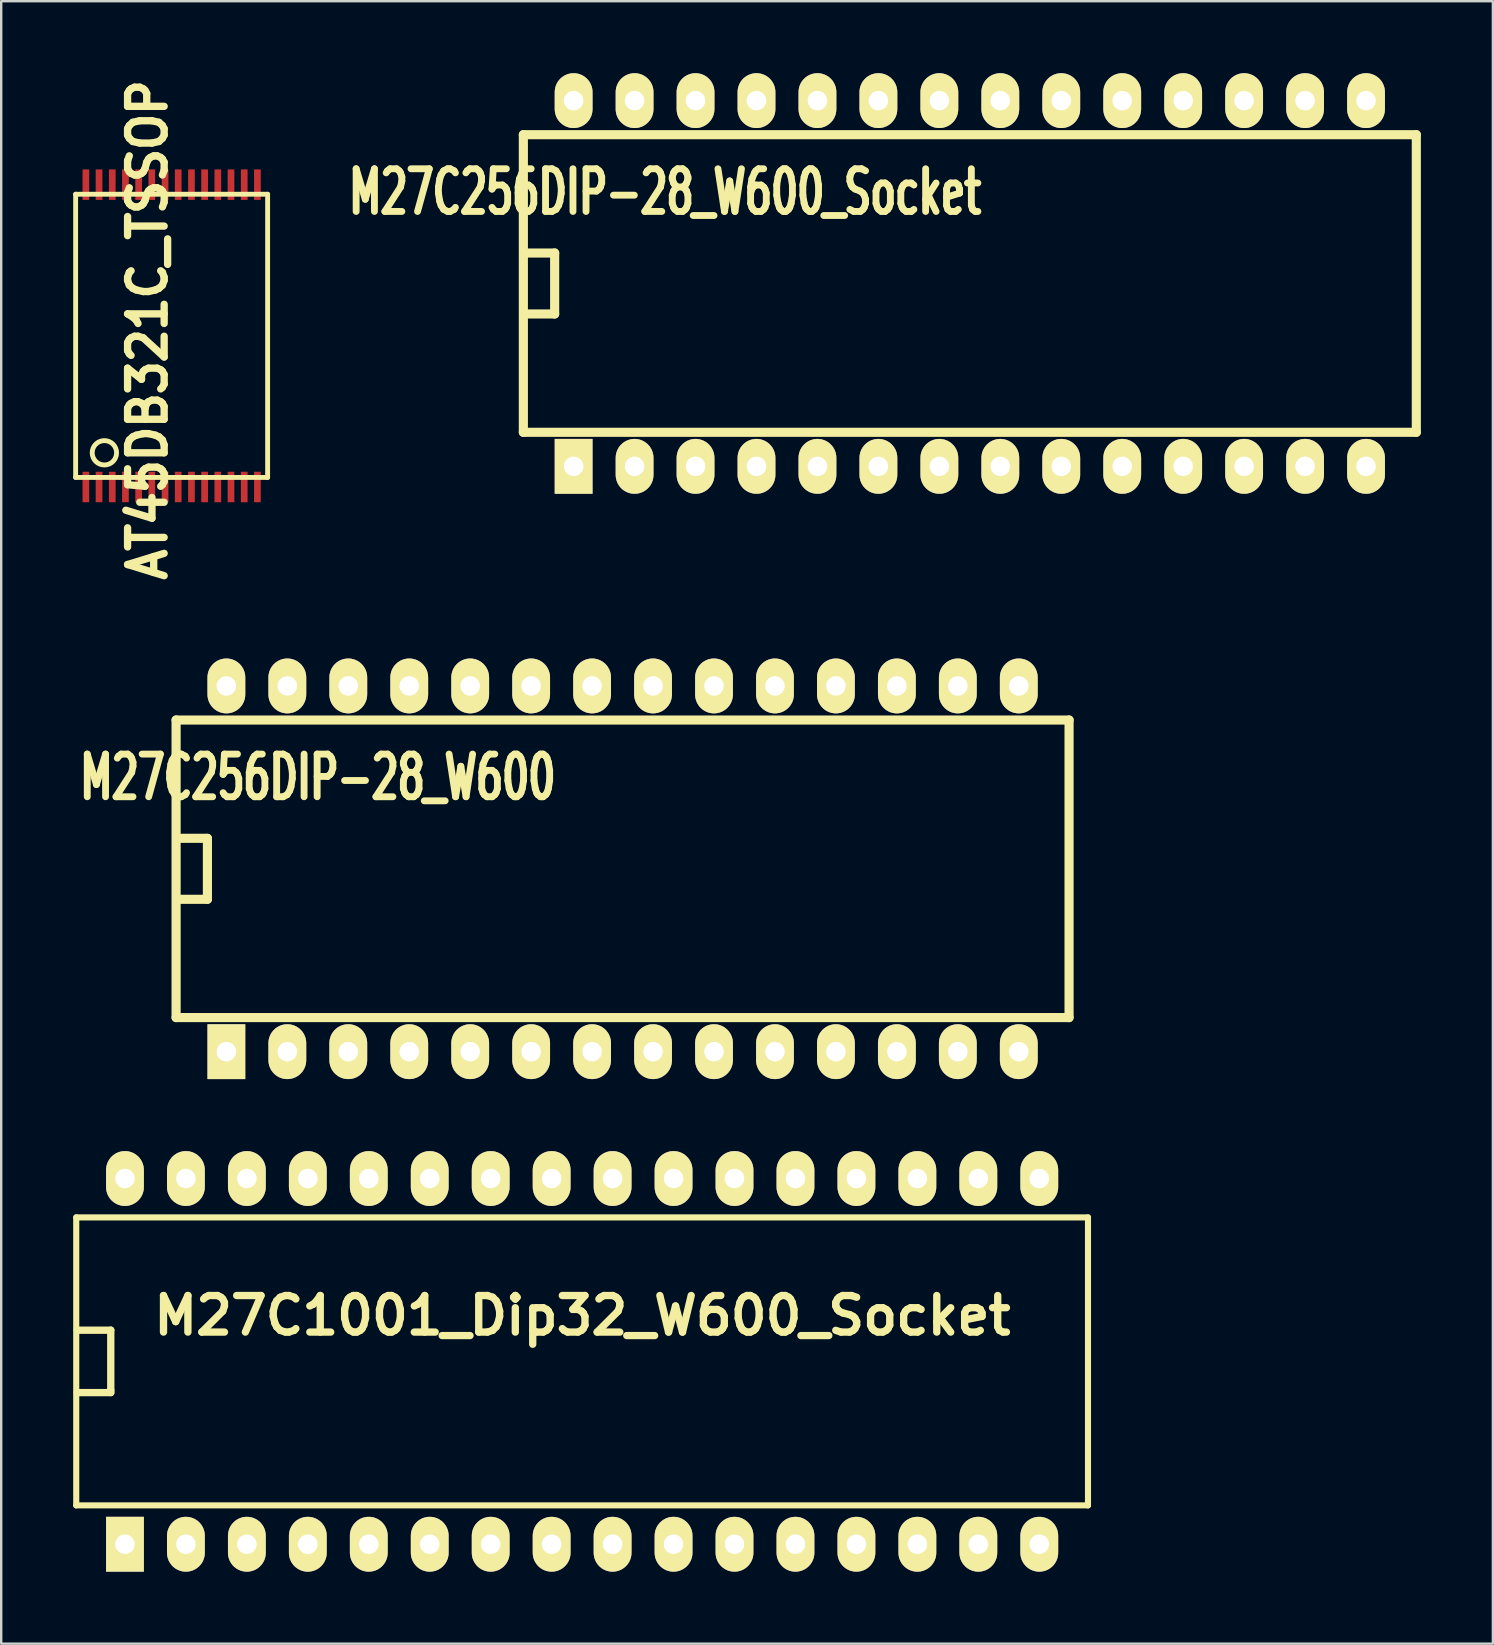
<source format=kicad_pcb>
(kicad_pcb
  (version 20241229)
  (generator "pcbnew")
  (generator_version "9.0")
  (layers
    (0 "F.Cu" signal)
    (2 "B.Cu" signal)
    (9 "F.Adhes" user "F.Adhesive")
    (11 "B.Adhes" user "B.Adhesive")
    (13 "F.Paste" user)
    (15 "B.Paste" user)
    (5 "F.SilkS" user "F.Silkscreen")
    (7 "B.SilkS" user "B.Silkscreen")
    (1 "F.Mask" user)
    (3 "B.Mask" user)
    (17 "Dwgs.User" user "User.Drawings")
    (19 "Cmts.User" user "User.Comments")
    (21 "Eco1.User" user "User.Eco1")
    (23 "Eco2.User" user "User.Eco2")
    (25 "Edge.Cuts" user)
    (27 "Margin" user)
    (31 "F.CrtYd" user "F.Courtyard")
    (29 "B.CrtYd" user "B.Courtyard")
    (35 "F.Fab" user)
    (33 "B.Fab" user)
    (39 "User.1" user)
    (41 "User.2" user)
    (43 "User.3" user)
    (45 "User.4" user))
  (footprint "AT45DB321C_TSSOP"
    (layer "F.Cu")
    (at 4.102 10.944)
    (property "Reference" "AT45DB321C_TSSOP" (at -1.001 -0.249 90) (layer "F.SilkS") (effects (font (size 1.524 1.397) (thickness 0.305))))
    (attr smd)
    (fp_line (start -4 -5.9) (end -4 5.9) (stroke (width 0.203) (type solid)) (layer "F.SilkS"))
    (fp_line (start -4 5.9) (end 4 5.9) (stroke (width 0.203) (type solid)) (layer "F.SilkS"))
    (fp_line (start 4 -5.9) (end -4 -5.9) (stroke (width 0.203) (type solid)) (layer "F.SilkS"))
    (fp_line (start 4 5.9) (end 4 -5.9) (stroke (width 0.203) (type solid)) (layer "F.SilkS"))
    (fp_circle (center -2.802 4.874) (end -2.802 5.382) (stroke (width 0.203) (type solid)) (fill no) (layer "F.SilkS"))
    (pad "1" smd rect (at -3.574 6.299) (size 0.279 1.27) (layers "F.Cu" "F.Mask" "F.Paste"))
    (pad "2" smd rect (at -3.025 6.299) (size 0.279 1.27) (layers "F.Cu" "F.Mask" "F.Paste"))
    (pad "3" smd rect (at -2.474 6.299) (size 0.279 1.27) (layers "F.Cu" "F.Mask" "F.Paste"))
    (pad "4" smd rect (at -1.925 6.299) (size 0.279 1.27) (layers "F.Cu" "F.Mask" "F.Paste"))
    (pad "5" smd rect (at -1.374 6.299) (size 0.279 1.27) (layers "F.Cu" "F.Mask" "F.Paste"))
    (pad "6" smd rect (at -0.826 6.299) (size 0.279 1.27) (layers "F.Cu" "F.Mask" "F.Paste"))
    (pad "7" smd rect (at -0.274 6.299) (size 0.279 1.27) (layers "F.Cu" "F.Mask" "F.Paste"))
    (pad "8" smd rect (at 0.274 6.299) (size 0.279 1.27) (layers "F.Cu" "F.Mask" "F.Paste"))
    (pad "9" smd rect (at 0.826 6.299) (size 0.279 1.27) (layers "F.Cu" "F.Mask" "F.Paste"))
    (pad "10" smd rect (at 1.374 6.299) (size 0.279 1.27) (layers "F.Cu" "F.Mask" "F.Paste"))
    (pad "11" smd rect (at 1.925 6.299) (size 0.279 1.27) (layers "F.Cu" "F.Mask" "F.Paste"))
    (pad "12" smd rect (at 2.474 6.299) (size 0.279 1.27) (layers "F.Cu" "F.Mask" "F.Paste"))
    (pad "13" smd rect (at 3.025 6.299) (size 0.279 1.27) (layers "F.Cu" "F.Mask" "F.Paste"))
    (pad "14" smd rect (at 3.574 6.299) (size 0.279 1.27) (layers "F.Cu" "F.Mask" "F.Paste"))
    (pad "15" smd rect (at 3.574 -6.299) (size 0.279 1.27) (layers "F.Cu" "F.Mask" "F.Paste"))
    (pad "16" smd rect (at 3.025 -6.299) (size 0.279 1.27) (layers "F.Cu" "F.Mask" "F.Paste"))
    (pad "17" smd rect (at 2.474 -6.299) (size 0.279 1.27) (layers "F.Cu" "F.Mask" "F.Paste"))
    (pad "18" smd rect (at 1.925 -6.299) (size 0.279 1.27) (layers "F.Cu" "F.Mask" "F.Paste"))
    (pad "19" smd rect (at 1.374 -6.299) (size 0.279 1.27) (layers "F.Cu" "F.Mask" "F.Paste"))
    (pad "20" smd rect (at 0.826 -6.299) (size 0.279 1.27) (layers "F.Cu" "F.Mask" "F.Paste"))
    (pad "21" smd rect (at 0.274 -6.299) (size 0.279 1.27) (layers "F.Cu" "F.Mask" "F.Paste"))
    (pad "22" smd rect (at -0.274 -6.299) (size 0.279 1.27) (layers "F.Cu" "F.Mask" "F.Paste"))
    (pad "23" smd rect (at -0.826 -6.299) (size 0.279 1.27) (layers "F.Cu" "F.Mask" "F.Paste"))
    (pad "24" smd rect (at -1.374 -6.299) (size 0.279 1.27) (layers "F.Cu" "F.Mask" "F.Paste"))
    (pad "25" smd rect (at -1.925 -6.299) (size 0.279 1.27) (layers "F.Cu" "F.Mask" "F.Paste"))
    (pad "26" smd rect (at -2.474 -6.299) (size 0.279 1.27) (layers "F.Cu" "F.Mask" "F.Paste"))
    (pad "27" smd rect (at -3.025 -6.299) (size 0.279 1.27) (layers "F.Cu" "F.Mask" "F.Paste"))
    (pad "28" smd rect (at -3.574 -6.299) (size 0.279 1.27) (layers "F.Cu" "F.Mask" "F.Paste")))
  (footprint "M27C1001_Dip32_W600_Socket"
    (layer "F.Cu")
    (at 21.207 53.679)
    (property "Reference" "M27C1001_Dip32_W600_Socket" (at 0.01 -1.91 0) (layer "F.SilkS") (effects (font (size 1.524 1.524) (thickness 0.305))))
    (attr through_hole)
    (fp_line (start -21.08 -6) (end -21.08 6) (stroke (width 0.254) (type solid)) (layer "F.SilkS"))
    (fp_line (start -21.08 6) (end 21.08 6) (stroke (width 0.254) (type solid)) (layer "F.SilkS"))
    (fp_line (start -21.041 -1.3) (end -19.641 -1.3) (stroke (width 0.305) (type solid)) (layer "F.SilkS"))
    (fp_line (start -19.641 -1.3) (end -19.641 1.199) (stroke (width 0.305) (type solid)) (layer "F.SilkS"))
    (fp_line (start -19.641 1.199) (end -19.641 1.3) (stroke (width 0.305) (type solid)) (layer "F.SilkS"))
    (fp_line (start -19.641 1.3) (end -21.041 1.3) (stroke (width 0.305) (type solid)) (layer "F.SilkS"))
    (fp_line (start 21.08 -6) (end -21.08 -6) (stroke (width 0.254) (type solid)) (layer "F.SilkS"))
    (fp_line (start 21.08 6) (end 21.08 -6) (stroke (width 0.254) (type solid)) (layer "F.SilkS"))
    (pad "1" thru_hole rect (at -19.05 7.62) (size 1.575 2.286) (drill 0.813) (layers "*.Cu" "*.Mask" "F.SilkS"))
    (pad "2" thru_hole oval (at -16.51 7.62) (size 1.575 2.286) (drill 0.813) (layers "*.Cu" "*.Mask" "F.SilkS"))
    (pad "3" thru_hole oval (at -13.97 7.62) (size 1.575 2.286) (drill 0.813) (layers "*.Cu" "*.Mask" "F.SilkS"))
    (pad "4" thru_hole oval (at -11.43 7.62) (size 1.575 2.286) (drill 0.813) (layers "*.Cu" "*.Mask" "F.SilkS"))
    (pad "5" thru_hole oval (at -8.89 7.62) (size 1.575 2.286) (drill 0.813) (layers "*.Cu" "*.Mask" "F.SilkS"))
    (pad "6" thru_hole oval (at -6.35 7.62) (size 1.575 2.286) (drill 0.813) (layers "*.Cu" "*.Mask" "F.SilkS"))
    (pad "7" thru_hole oval (at -3.81 7.62) (size 1.575 2.286) (drill 0.813) (layers "*.Cu" "*.Mask" "F.SilkS"))
    (pad "8" thru_hole oval (at -1.27 7.62) (size 1.575 2.286) (drill 0.813) (layers "*.Cu" "*.Mask" "F.SilkS"))
    (pad "9" thru_hole oval (at 1.27 7.62) (size 1.575 2.286) (drill 0.813) (layers "*.Cu" "*.Mask" "F.SilkS"))
    (pad "10" thru_hole oval (at 3.81 7.62) (size 1.575 2.286) (drill 0.813) (layers "*.Cu" "*.Mask" "F.SilkS"))
    (pad "11" thru_hole oval (at 6.35 7.62) (size 1.575 2.286) (drill 0.813) (layers "*.Cu" "*.Mask" "F.SilkS"))
    (pad "12" thru_hole oval (at 8.89 7.62) (size 1.575 2.286) (drill 0.813) (layers "*.Cu" "*.Mask" "F.SilkS"))
    (pad "13" thru_hole oval (at 11.43 7.62) (size 1.575 2.286) (drill 0.813) (layers "*.Cu" "*.Mask" "F.SilkS"))
    (pad "14" thru_hole oval (at 13.97 7.62) (size 1.575 2.286) (drill 0.813) (layers "*.Cu" "*.Mask" "F.SilkS"))
    (pad "15" thru_hole oval (at 16.51 7.62) (size 1.575 2.286) (drill 0.813) (layers "*.Cu" "*.Mask" "F.SilkS"))
    (pad "16" thru_hole oval (at 19.05 7.62) (size 1.575 2.286) (drill 0.813) (layers "*.Cu" "*.Mask" "F.SilkS"))
    (pad "17" thru_hole oval (at 19.05 -7.62) (size 1.575 2.286) (drill 0.813) (layers "*.Cu" "*.Mask" "F.SilkS"))
    (pad "18" thru_hole oval (at 16.51 -7.62) (size 1.575 2.286) (drill 0.813) (layers "*.Cu" "*.Mask" "F.SilkS"))
    (pad "19" thru_hole oval (at 13.97 -7.62) (size 1.575 2.286) (drill 0.813) (layers "*.Cu" "*.Mask" "F.SilkS"))
    (pad "20" thru_hole oval (at 11.43 -7.62) (size 1.575 2.286) (drill 0.813) (layers "*.Cu" "*.Mask" "F.SilkS"))
    (pad "21" thru_hole oval (at 8.89 -7.62) (size 1.575 2.286) (drill 0.813) (layers "*.Cu" "*.Mask" "F.SilkS"))
    (pad "22" thru_hole oval (at 6.35 -7.62) (size 1.575 2.286) (drill 0.813) (layers "*.Cu" "*.Mask" "F.SilkS"))
    (pad "23" thru_hole oval (at 3.81 -7.62) (size 1.575 2.286) (drill 0.813) (layers "*.Cu" "*.Mask" "F.SilkS"))
    (pad "24" thru_hole oval (at 1.27 -7.62) (size 1.575 2.286) (drill 0.813) (layers "*.Cu" "*.Mask" "F.SilkS"))
    (pad "25" thru_hole oval (at -1.27 -7.62) (size 1.575 2.286) (drill 0.813) (layers "*.Cu" "*.Mask" "F.SilkS"))
    (pad "26" thru_hole oval (at -3.81 -7.62) (size 1.575 2.286) (drill 0.813) (layers "*.Cu" "*.Mask" "F.SilkS"))
    (pad "27" thru_hole oval (at -6.35 -7.62) (size 1.575 2.286) (drill 0.813) (layers "*.Cu" "*.Mask" "F.SilkS"))
    (pad "28" thru_hole oval (at -8.89 -7.62) (size 1.575 2.286) (drill 0.813) (layers "*.Cu" "*.Mask" "F.SilkS"))
    (pad "29" thru_hole oval (at -11.43 -7.62) (size 1.575 2.286) (drill 0.813) (layers "*.Cu" "*.Mask" "F.SilkS"))
    (pad "30" thru_hole oval (at -13.97 -7.62) (size 1.575 2.286) (drill 0.813) (layers "*.Cu" "*.Mask" "F.SilkS"))
    (pad "31" thru_hole oval (at -16.51 -7.62) (size 1.575 2.286) (drill 0.813) (layers "*.Cu" "*.Mask" "F.SilkS"))
    (pad "32" thru_hole oval (at -19.05 -7.62) (size 1.575 2.286) (drill 0.813) (layers "*.Cu" "*.Mask" "F.SilkS")))
  (footprint "M27C256DIP-28_W600_Socket"
    (layer "F.Cu")
    (at 37.363 8.763)
    (property "Reference" "M27C256DIP-28_W600_Socket" (at -12.7 -3.81 0) (layer "F.SilkS") (effects (font (size 1.778 1.143) (thickness 0.305))))
    (attr through_hole)
    (fp_line (start -18.605 -6.2) (end -18.605 6.2) (stroke (width 0.381) (type solid)) (layer "F.SilkS"))
    (fp_line (start -18.605 6.2) (end 18.605 6.2) (stroke (width 0.381) (type solid)) (layer "F.SilkS"))
    (fp_line (start -18.57 -1.27) (end -18.57 -1.27) (stroke (width 0.381) (type solid)) (layer "F.SilkS"))
    (fp_line (start -18.57 -1.27) (end -17.3 -1.27) (stroke (width 0.381) (type solid)) (layer "F.SilkS"))
    (fp_line (start -17.3 -1.27) (end -17.3 1.27) (stroke (width 0.381) (type solid)) (layer "F.SilkS"))
    (fp_line (start -17.3 1.27) (end -18.57 1.27) (stroke (width 0.381) (type solid)) (layer "F.SilkS"))
    (fp_line (start 18.605 -6.2) (end -18.605 -6.2) (stroke (width 0.381) (type solid)) (layer "F.SilkS"))
    (fp_line (start 18.605 6.2) (end 18.605 -6.2) (stroke (width 0.381) (type solid)) (layer "F.SilkS"))
    (pad "1" thru_hole rect (at -16.51 7.62) (size 1.575 2.286) (drill 0.813) (layers "*.Cu" "*.Mask" "F.SilkS"))
    (pad "2" thru_hole oval (at -13.97 7.62) (size 1.575 2.286) (drill 0.813) (layers "*.Cu" "*.Mask" "F.SilkS"))
    (pad "3" thru_hole oval (at -11.43 7.62) (size 1.575 2.286) (drill 0.813) (layers "*.Cu" "*.Mask" "F.SilkS"))
    (pad "4" thru_hole oval (at -8.89 7.62) (size 1.575 2.286) (drill 0.813) (layers "*.Cu" "*.Mask" "F.SilkS"))
    (pad "5" thru_hole oval (at -6.35 7.62) (size 1.575 2.286) (drill 0.813) (layers "*.Cu" "*.Mask" "F.SilkS"))
    (pad "6" thru_hole oval (at -3.81 7.62) (size 1.575 2.286) (drill 0.813) (layers "*.Cu" "*.Mask" "F.SilkS"))
    (pad "7" thru_hole oval (at -1.27 7.62) (size 1.575 2.286) (drill 0.813) (layers "*.Cu" "*.Mask" "F.SilkS"))
    (pad "8" thru_hole oval (at 1.27 7.62) (size 1.575 2.286) (drill 0.813) (layers "*.Cu" "*.Mask" "F.SilkS"))
    (pad "9" thru_hole oval (at 3.81 7.62) (size 1.575 2.286) (drill 0.813) (layers "*.Cu" "*.Mask" "F.SilkS"))
    (pad "10" thru_hole oval (at 6.35 7.62) (size 1.575 2.286) (drill 0.813) (layers "*.Cu" "*.Mask" "F.SilkS"))
    (pad "11" thru_hole oval (at 8.89 7.62) (size 1.575 2.286) (drill 0.813) (layers "*.Cu" "*.Mask" "F.SilkS"))
    (pad "12" thru_hole oval (at 11.43 7.62) (size 1.575 2.286) (drill 0.813) (layers "*.Cu" "*.Mask" "F.SilkS"))
    (pad "13" thru_hole oval (at 13.97 7.62) (size 1.575 2.286) (drill 0.813) (layers "*.Cu" "*.Mask" "F.SilkS"))
    (pad "14" thru_hole oval (at 16.51 7.62) (size 1.575 2.286) (drill 0.813) (layers "*.Cu" "*.Mask" "F.SilkS"))
    (pad "15" thru_hole oval (at 16.51 -7.62) (size 1.575 2.286) (drill 0.813) (layers "*.Cu" "*.Mask" "F.SilkS"))
    (pad "16" thru_hole oval (at 13.97 -7.62) (size 1.575 2.286) (drill 0.813) (layers "*.Cu" "*.Mask" "F.SilkS"))
    (pad "17" thru_hole oval (at 11.43 -7.62) (size 1.575 2.286) (drill 0.813) (layers "*.Cu" "*.Mask" "F.SilkS"))
    (pad "18" thru_hole oval (at 8.89 -7.62) (size 1.575 2.286) (drill 0.813) (layers "*.Cu" "*.Mask" "F.SilkS"))
    (pad "19" thru_hole oval (at 6.35 -7.62) (size 1.575 2.286) (drill 0.813) (layers "*.Cu" "*.Mask" "F.SilkS"))
    (pad "20" thru_hole oval (at 3.81 -7.62) (size 1.575 2.286) (drill 0.813) (layers "*.Cu" "*.Mask" "F.SilkS"))
    (pad "21" thru_hole oval (at 1.27 -7.62) (size 1.575 2.286) (drill 0.813) (layers "*.Cu" "*.Mask" "F.SilkS"))
    (pad "22" thru_hole oval (at -1.27 -7.62) (size 1.575 2.286) (drill 0.813) (layers "*.Cu" "*.Mask" "F.SilkS"))
    (pad "23" thru_hole oval (at -3.81 -7.62) (size 1.575 2.286) (drill 0.813) (layers "*.Cu" "*.Mask" "F.SilkS"))
    (pad "24" thru_hole oval (at -6.35 -7.62) (size 1.575 2.286) (drill 0.813) (layers "*.Cu" "*.Mask" "F.SilkS"))
    (pad "25" thru_hole oval (at -8.89 -7.62) (size 1.575 2.286) (drill 0.813) (layers "*.Cu" "*.Mask" "F.SilkS"))
    (pad "26" thru_hole oval (at -11.43 -7.62) (size 1.575 2.286) (drill 0.813) (layers "*.Cu" "*.Mask" "F.SilkS"))
    (pad "27" thru_hole oval (at -13.97 -7.62) (size 1.575 2.286) (drill 0.813) (layers "*.Cu" "*.Mask" "F.SilkS"))
    (pad "28" thru_hole oval (at -16.51 -7.62) (size 1.575 2.286) (drill 0.813) (layers "*.Cu" "*.Mask" "F.SilkS")))
  (footprint "M27C256DIP-28_W600"
    (layer "F.Cu")
    (at 22.893 33.153)
    (property "Reference" "M27C256DIP-28_W600" (at -12.7 -3.81 0) (layer "F.SilkS") (effects (font (size 1.778 1.143) (thickness 0.305))))
    (attr through_hole)
    (fp_line (start -18.605 -6.2) (end -18.605 6.2) (stroke (width 0.381) (type solid)) (layer "F.SilkS"))
    (fp_line (start -18.605 6.2) (end 18.605 6.2) (stroke (width 0.381) (type solid)) (layer "F.SilkS"))
    (fp_line (start -18.57 -1.27) (end -18.57 -1.27) (stroke (width 0.381) (type solid)) (layer "F.SilkS"))
    (fp_line (start -18.57 -1.27) (end -17.3 -1.27) (stroke (width 0.381) (type solid)) (layer "F.SilkS"))
    (fp_line (start -17.3 -1.27) (end -17.3 1.27) (stroke (width 0.381) (type solid)) (layer "F.SilkS"))
    (fp_line (start -17.3 1.27) (end -18.57 1.27) (stroke (width 0.381) (type solid)) (layer "F.SilkS"))
    (fp_line (start 18.605 -6.2) (end -18.605 -6.2) (stroke (width 0.381) (type solid)) (layer "F.SilkS"))
    (fp_line (start 18.605 6.2) (end 18.605 -6.2) (stroke (width 0.381) (type solid)) (layer "F.SilkS"))
    (pad "1" thru_hole rect (at -16.51 7.62) (size 1.575 2.286) (drill 0.813) (layers "*.Cu" "*.Mask" "F.SilkS"))
    (pad "2" thru_hole oval (at -13.97 7.62) (size 1.575 2.286) (drill 0.813) (layers "*.Cu" "*.Mask" "F.SilkS"))
    (pad "3" thru_hole oval (at -11.43 7.62) (size 1.575 2.286) (drill 0.813) (layers "*.Cu" "*.Mask" "F.SilkS"))
    (pad "4" thru_hole oval (at -8.89 7.62) (size 1.575 2.286) (drill 0.813) (layers "*.Cu" "*.Mask" "F.SilkS"))
    (pad "5" thru_hole oval (at -6.35 7.62) (size 1.575 2.286) (drill 0.813) (layers "*.Cu" "*.Mask" "F.SilkS"))
    (pad "6" thru_hole oval (at -3.81 7.62) (size 1.575 2.286) (drill 0.813) (layers "*.Cu" "*.Mask" "F.SilkS"))
    (pad "7" thru_hole oval (at -1.27 7.62) (size 1.575 2.286) (drill 0.813) (layers "*.Cu" "*.Mask" "F.SilkS"))
    (pad "8" thru_hole oval (at 1.27 7.62) (size 1.575 2.286) (drill 0.813) (layers "*.Cu" "*.Mask" "F.SilkS"))
    (pad "9" thru_hole oval (at 3.81 7.62) (size 1.575 2.286) (drill 0.813) (layers "*.Cu" "*.Mask" "F.SilkS"))
    (pad "10" thru_hole oval (at 6.35 7.62) (size 1.575 2.286) (drill 0.813) (layers "*.Cu" "*.Mask" "F.SilkS"))
    (pad "11" thru_hole oval (at 8.89 7.62) (size 1.575 2.286) (drill 0.813) (layers "*.Cu" "*.Mask" "F.SilkS"))
    (pad "12" thru_hole oval (at 11.43 7.62) (size 1.575 2.286) (drill 0.813) (layers "*.Cu" "*.Mask" "F.SilkS"))
    (pad "13" thru_hole oval (at 13.97 7.62) (size 1.575 2.286) (drill 0.813) (layers "*.Cu" "*.Mask" "F.SilkS"))
    (pad "14" thru_hole oval (at 16.51 7.62) (size 1.575 2.286) (drill 0.813) (layers "*.Cu" "*.Mask" "F.SilkS"))
    (pad "15" thru_hole oval (at 16.51 -7.62) (size 1.575 2.286) (drill 0.813) (layers "*.Cu" "*.Mask" "F.SilkS"))
    (pad "16" thru_hole oval (at 13.97 -7.62) (size 1.575 2.286) (drill 0.813) (layers "*.Cu" "*.Mask" "F.SilkS"))
    (pad "17" thru_hole oval (at 11.43 -7.62) (size 1.575 2.286) (drill 0.813) (layers "*.Cu" "*.Mask" "F.SilkS"))
    (pad "18" thru_hole oval (at 8.89 -7.62) (size 1.575 2.286) (drill 0.813) (layers "*.Cu" "*.Mask" "F.SilkS"))
    (pad "19" thru_hole oval (at 6.35 -7.62) (size 1.575 2.286) (drill 0.813) (layers "*.Cu" "*.Mask" "F.SilkS"))
    (pad "20" thru_hole oval (at 3.81 -7.62) (size 1.575 2.286) (drill 0.813) (layers "*.Cu" "*.Mask" "F.SilkS"))
    (pad "21" thru_hole oval (at 1.27 -7.62) (size 1.575 2.286) (drill 0.813) (layers "*.Cu" "*.Mask" "F.SilkS"))
    (pad "22" thru_hole oval (at -1.27 -7.62) (size 1.575 2.286) (drill 0.813) (layers "*.Cu" "*.Mask" "F.SilkS"))
    (pad "23" thru_hole oval (at -3.81 -7.62) (size 1.575 2.286) (drill 0.813) (layers "*.Cu" "*.Mask" "F.SilkS"))
    (pad "24" thru_hole oval (at -6.35 -7.62) (size 1.575 2.286) (drill 0.813) (layers "*.Cu" "*.Mask" "F.SilkS"))
    (pad "25" thru_hole oval (at -8.89 -7.62) (size 1.575 2.286) (drill 0.813) (layers "*.Cu" "*.Mask" "F.SilkS"))
    (pad "26" thru_hole oval (at -11.43 -7.62) (size 1.575 2.286) (drill 0.813) (layers "*.Cu" "*.Mask" "F.SilkS"))
    (pad "27" thru_hole oval (at -13.97 -7.62) (size 1.575 2.286) (drill 0.813) (layers "*.Cu" "*.Mask" "F.SilkS"))
    (pad "28" thru_hole oval (at -16.51 -7.62) (size 1.575 2.286) (drill 0.813) (layers "*.Cu" "*.Mask" "F.SilkS")))
  (gr_rect
    (start -3 -3)
    (end 59.159 65.442)
    (stroke (width 0.1) (type default))
    (fill no)
    (layer "Edge.Cuts")))
</source>
